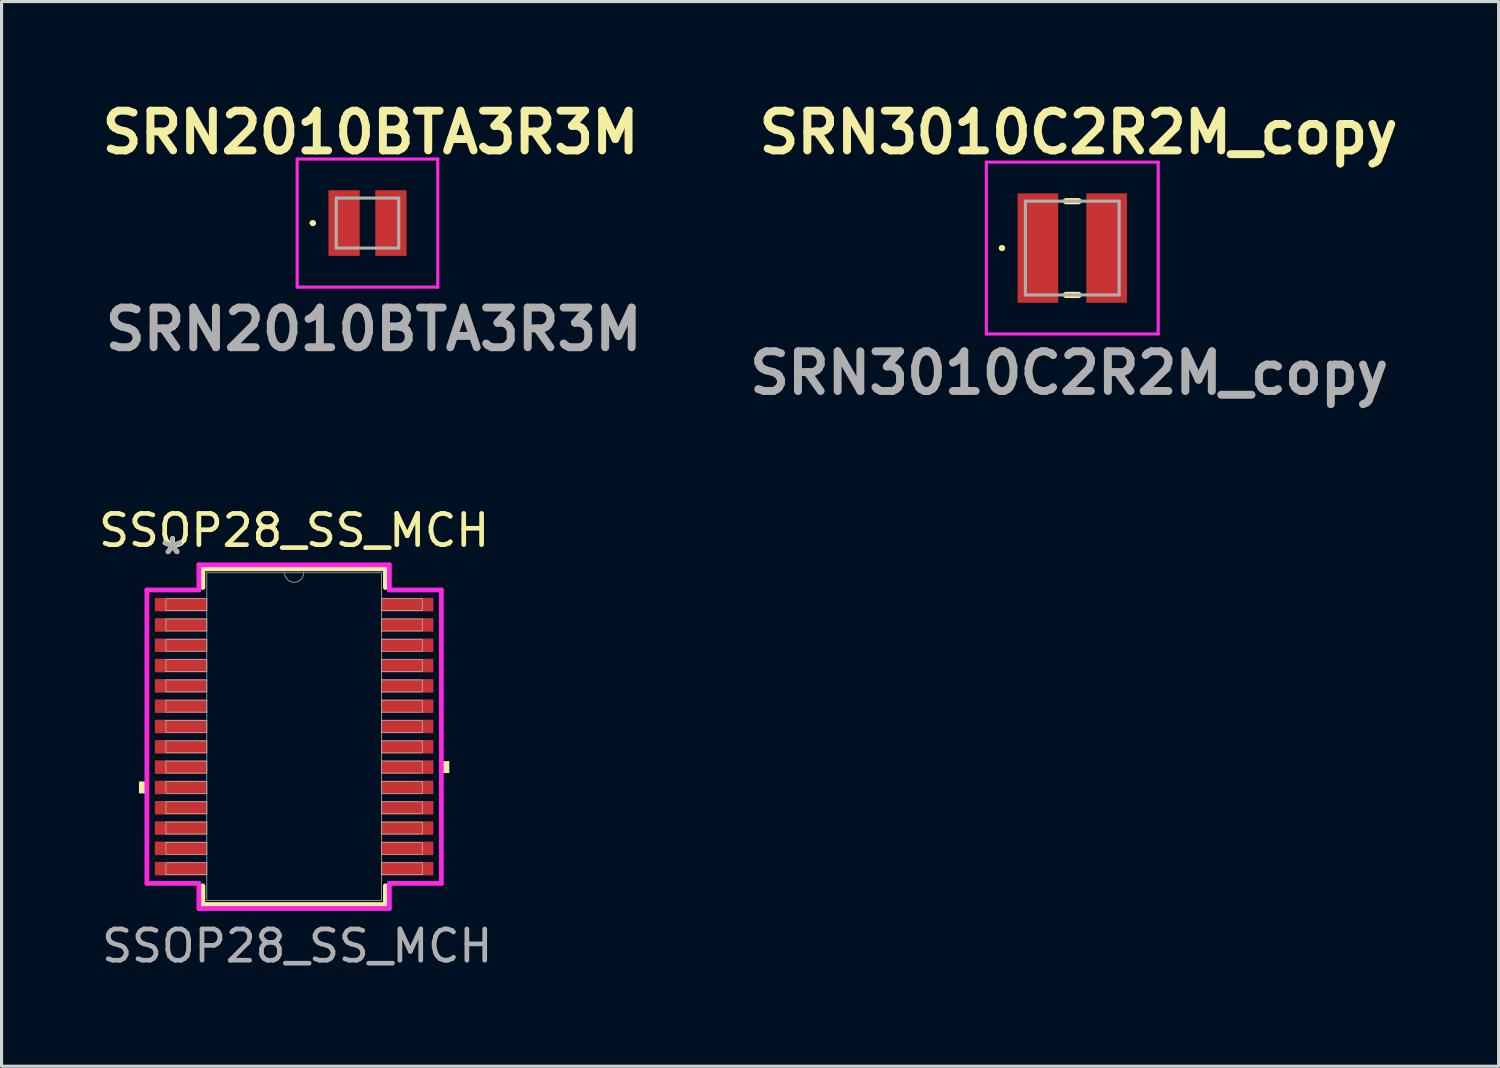
<source format=kicad_pcb>
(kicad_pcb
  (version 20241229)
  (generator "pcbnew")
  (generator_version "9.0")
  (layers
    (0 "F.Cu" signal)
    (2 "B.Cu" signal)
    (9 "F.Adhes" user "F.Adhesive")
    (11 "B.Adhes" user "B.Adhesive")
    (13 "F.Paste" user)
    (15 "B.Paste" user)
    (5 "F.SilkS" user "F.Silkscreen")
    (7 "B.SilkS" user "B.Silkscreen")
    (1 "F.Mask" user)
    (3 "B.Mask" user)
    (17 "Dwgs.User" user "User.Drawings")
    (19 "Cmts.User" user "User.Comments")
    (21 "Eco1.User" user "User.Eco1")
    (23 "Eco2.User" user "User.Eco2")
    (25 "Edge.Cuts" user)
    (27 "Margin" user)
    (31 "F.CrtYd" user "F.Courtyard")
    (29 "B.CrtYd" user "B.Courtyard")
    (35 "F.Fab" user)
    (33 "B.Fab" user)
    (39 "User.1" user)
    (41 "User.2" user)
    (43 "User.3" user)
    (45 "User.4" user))
  (footprint "SRN3010C2R2M_copy"
    (layer "F.Cu")
    (at 31.267 4.889)
    (property "Reference" "SRN3010C2R2M_copy" (at 0.2 -3.7 0) (layer "F.SilkS") (effects (font (size 1.27 1.27) (thickness 0.254))))
    (attr smd)
    (fp_line (start -2.3 0) (end -2.3 0) (stroke (width 0.1) (type solid)) (layer "F.SilkS"))
    (fp_line (start -2.2 0) (end -2.2 0) (stroke (width 0.1) (type solid)) (layer "F.SilkS"))
    (fp_line (start -0.2 -1.5) (end 0.2 -1.5) (stroke (width 0.2) (type solid)) (layer "F.SilkS"))
    (fp_line (start -0.2 1.5) (end 0.2 1.5) (stroke (width 0.2) (type solid)) (layer "F.SilkS"))
    (fp_arc (start -2.3 0) (mid -2.25 -0.05) (end -2.2 0) (stroke (width 0.1) (type solid)) (layer "F.SilkS"))
    (fp_arc (start -2.2 0) (mid -2.25 0.05) (end -2.3 0) (stroke (width 0.1) (type solid)) (layer "F.SilkS"))
    (fp_line (start -2.75 -2.75) (end 2.75 -2.75) (stroke (width 0.1) (type solid)) (layer "F.CrtYd"))
    (fp_line (start -2.75 2.75) (end -2.75 -2.75) (stroke (width 0.1) (type solid)) (layer "F.CrtYd"))
    (fp_line (start 2.75 -2.75) (end 2.75 2.75) (stroke (width 0.1) (type solid)) (layer "F.CrtYd"))
    (fp_line (start 2.75 2.75) (end -2.75 2.75) (stroke (width 0.1) (type solid)) (layer "F.CrtYd"))
    (fp_line (start -1.5 -1.5) (end -1.5 1.5) (stroke (width 0.1) (type solid)) (layer "F.Fab"))
    (fp_line (start -1.5 1.5) (end 1.5 1.5) (stroke (width 0.1) (type solid)) (layer "F.Fab"))
    (fp_line (start 1.5 -1.5) (end -1.5 -1.5) (stroke (width 0.1) (type solid)) (layer "F.Fab"))
    (fp_line (start 1.5 1.5) (end 1.5 -1.5) (stroke (width 0.1) (type solid)) (layer "F.Fab"))
    (fp_text user "${REFERENCE}" (at -0.1 4 0) (layer "F.Fab") (effects (font (size 1.27 1.27) (thickness 0.254))))
    (pad "1" smd rect (at -1.1 0) (size 1.3 3.5) (layers "F.Cu" "F.Mask" "F.Paste"))
    (pad "2" smd rect (at 1.1 0) (size 1.3 3.5) (layers "F.Cu" "F.Mask" "F.Paste")))
  (footprint "SRN2010BTA3R3M"
    (layer "F.Cu")
    (at 8.711 4.089)
    (property "Reference" "SRN2010BTA3R3M" (at 0.1 -2.9 0) (layer "F.SilkS") (effects (font (size 1.27 1.27) (thickness 0.254))))
    (attr smd)
    (fp_line (start -1.8 0) (end -1.8 0) (stroke (width 0.1) (type solid)) (layer "F.SilkS"))
    (fp_line (start -1.7 0) (end -1.7 0) (stroke (width 0.1) (type solid)) (layer "F.SilkS"))
    (fp_arc (start -1.8 0) (mid -1.75 -0.05) (end -1.7 0) (stroke (width 0.1) (type solid)) (layer "F.SilkS"))
    (fp_arc (start -1.7 0) (mid -1.75 0.05) (end -1.8 0) (stroke (width 0.1) (type solid)) (layer "F.SilkS"))
    (fp_line (start -2.25 -2.05) (end 2.25 -2.05) (stroke (width 0.1) (type solid)) (layer "F.CrtYd"))
    (fp_line (start -2.25 2.05) (end -2.25 -2.05) (stroke (width 0.1) (type solid)) (layer "F.CrtYd"))
    (fp_line (start 2.25 -2.05) (end 2.25 2.05) (stroke (width 0.1) (type solid)) (layer "F.CrtYd"))
    (fp_line (start 2.25 2.05) (end -2.25 2.05) (stroke (width 0.1) (type solid)) (layer "F.CrtYd"))
    (fp_line (start -1 -0.8) (end 1 -0.8) (stroke (width 0.1) (type solid)) (layer "F.Fab"))
    (fp_line (start -1 0.8) (end -1 -0.8) (stroke (width 0.1) (type solid)) (layer "F.Fab"))
    (fp_line (start 1 -0.8) (end 1 0.8) (stroke (width 0.1) (type solid)) (layer "F.Fab"))
    (fp_line (start 1 0.8) (end -1 0.8) (stroke (width 0.1) (type solid)) (layer "F.Fab"))
    (fp_text user "${REFERENCE}" (at 0.2 3.4 0) (layer "F.Fab") (effects (font (size 1.27 1.27) (thickness 0.254))))
    (pad "1" smd rect (at -0.75 0) (size 1 2.1) (layers "F.Cu" "F.Mask" "F.Paste"))
    (pad "2" smd rect (at 0.75 0) (size 1 2.1) (layers "F.Cu" "F.Mask" "F.Paste")))
  (footprint "SSOP28_SS_MCH"
    (layer "F.Cu")
    (at 6.363 20.526)
    (property "Reference" "SSOP28_SS_MCH" (at 0 -6.6 0) (unlocked yes) (layer "F.SilkS") (effects (font (size 1 1) (thickness 0.15))))
    (attr smd)
    (fp_line (start -2.921 -5.372) (end -2.921 -4.774) (stroke (width 0.152) (type solid)) (layer "F.SilkS"))
    (fp_line (start -2.921 4.774) (end -2.921 5.372) (stroke (width 0.152) (type solid)) (layer "F.SilkS"))
    (fp_line (start -2.921 5.372) (end 2.921 5.372) (stroke (width 0.152) (type solid)) (layer "F.SilkS"))
    (fp_line (start 2.921 -5.372) (end -2.921 -5.372) (stroke (width 0.152) (type solid)) (layer "F.SilkS"))
    (fp_line (start 2.921 -4.774) (end 2.921 -5.372) (stroke (width 0.152) (type solid)) (layer "F.SilkS"))
    (fp_line (start 2.921 5.372) (end 2.921 4.774) (stroke (width 0.152) (type solid)) (layer "F.SilkS"))
    (fp_poly (pts (xy -4.966 1.434) (xy -4.966 1.815) (xy -4.712 1.815) (xy -4.712 1.434)) (stroke (width 0) (type solid)) (fill yes) (layer "F.SilkS"))
    (fp_poly (pts (xy 4.966 0.784) (xy 4.966 1.165) (xy 4.712 1.165) (xy 4.712 0.784)) (stroke (width 0) (type solid)) (fill yes) (layer "F.SilkS"))
    (fp_line (start -4.712 -4.695) (end -3.048 -4.695) (stroke (width 0.152) (type solid)) (layer "F.CrtYd"))
    (fp_line (start -4.712 4.695) (end -4.712 -4.695) (stroke (width 0.152) (type solid)) (layer "F.CrtYd"))
    (fp_line (start -4.712 4.695) (end -3.048 4.695) (stroke (width 0.152) (type solid)) (layer "F.CrtYd"))
    (fp_line (start -3.048 -5.499) (end 3.048 -5.499) (stroke (width 0.152) (type solid)) (layer "F.CrtYd"))
    (fp_line (start -3.048 -4.695) (end -3.048 -5.499) (stroke (width 0.152) (type solid)) (layer "F.CrtYd"))
    (fp_line (start -3.048 5.499) (end -3.048 4.695) (stroke (width 0.152) (type solid)) (layer "F.CrtYd"))
    (fp_line (start 3.048 -5.499) (end 3.048 -4.695) (stroke (width 0.152) (type solid)) (layer "F.CrtYd"))
    (fp_line (start 3.048 4.695) (end 3.048 5.499) (stroke (width 0.152) (type solid)) (layer "F.CrtYd"))
    (fp_line (start 3.048 5.499) (end -3.048 5.499) (stroke (width 0.152) (type solid)) (layer "F.CrtYd"))
    (fp_line (start 4.712 -4.695) (end 3.048 -4.695) (stroke (width 0.152) (type solid)) (layer "F.CrtYd"))
    (fp_line (start 4.712 -4.695) (end 4.712 4.695) (stroke (width 0.152) (type solid)) (layer "F.CrtYd"))
    (fp_line (start 4.712 4.695) (end 3.048 4.695) (stroke (width 0.152) (type solid)) (layer "F.CrtYd"))
    (fp_line (start -4.102 -4.415) (end -4.102 -4.035) (stroke (width 0.025) (type solid)) (layer "F.Fab"))
    (fp_line (start -4.102 -4.035) (end -2.794 -4.035) (stroke (width 0.025) (type solid)) (layer "F.Fab"))
    (fp_line (start -4.102 -3.765) (end -4.102 -3.385) (stroke (width 0.025) (type solid)) (layer "F.Fab"))
    (fp_line (start -4.102 -3.385) (end -2.794 -3.385) (stroke (width 0.025) (type solid)) (layer "F.Fab"))
    (fp_line (start -4.102 -3.115) (end -4.102 -2.735) (stroke (width 0.025) (type solid)) (layer "F.Fab"))
    (fp_line (start -4.102 -2.735) (end -2.794 -2.735) (stroke (width 0.025) (type solid)) (layer "F.Fab"))
    (fp_line (start -4.102 -2.466) (end -4.102 -2.084) (stroke (width 0.025) (type solid)) (layer "F.Fab"))
    (fp_line (start -4.102 -2.084) (end -2.794 -2.084) (stroke (width 0.025) (type solid)) (layer "F.Fab"))
    (fp_line (start -4.102 -1.816) (end -4.102 -1.435) (stroke (width 0.025) (type solid)) (layer "F.Fab"))
    (fp_line (start -4.102 -1.435) (end -2.794 -1.435) (stroke (width 0.025) (type solid)) (layer "F.Fab"))
    (fp_line (start -4.102 -1.166) (end -4.102 -0.785) (stroke (width 0.025) (type solid)) (layer "F.Fab"))
    (fp_line (start -4.102 -0.785) (end -2.794 -0.785) (stroke (width 0.025) (type solid)) (layer "F.Fab"))
    (fp_line (start -4.102 -0.516) (end -4.102 -0.135) (stroke (width 0.025) (type solid)) (layer "F.Fab"))
    (fp_line (start -4.102 -0.135) (end -2.794 -0.135) (stroke (width 0.025) (type solid)) (layer "F.Fab"))
    (fp_line (start -4.102 0.134) (end -4.102 0.515) (stroke (width 0.025) (type solid)) (layer "F.Fab"))
    (fp_line (start -4.102 0.515) (end -2.794 0.515) (stroke (width 0.025) (type solid)) (layer "F.Fab"))
    (fp_line (start -4.102 0.784) (end -4.102 1.165) (stroke (width 0.025) (type solid)) (layer "F.Fab"))
    (fp_line (start -4.102 1.165) (end -2.794 1.165) (stroke (width 0.025) (type solid)) (layer "F.Fab"))
    (fp_line (start -4.102 1.434) (end -4.102 1.815) (stroke (width 0.025) (type solid)) (layer "F.Fab"))
    (fp_line (start -4.102 1.815) (end -2.794 1.815) (stroke (width 0.025) (type solid)) (layer "F.Fab"))
    (fp_line (start -4.102 2.084) (end -4.102 2.465) (stroke (width 0.025) (type solid)) (layer "F.Fab"))
    (fp_line (start -4.102 2.465) (end -2.794 2.465) (stroke (width 0.025) (type solid)) (layer "F.Fab"))
    (fp_line (start -4.102 2.734) (end -4.102 3.115) (stroke (width 0.025) (type solid)) (layer "F.Fab"))
    (fp_line (start -4.102 3.115) (end -2.794 3.115) (stroke (width 0.025) (type solid)) (layer "F.Fab"))
    (fp_line (start -4.102 3.384) (end -4.102 3.765) (stroke (width 0.025) (type solid)) (layer "F.Fab"))
    (fp_line (start -4.102 3.765) (end -2.794 3.765) (stroke (width 0.025) (type solid)) (layer "F.Fab"))
    (fp_line (start -4.102 4.034) (end -4.102 4.415) (stroke (width 0.025) (type solid)) (layer "F.Fab"))
    (fp_line (start -4.102 4.415) (end -2.794 4.415) (stroke (width 0.025) (type solid)) (layer "F.Fab"))
    (fp_line (start -2.794 -5.245) (end -2.794 5.245) (stroke (width 0.025) (type solid)) (layer "F.Fab"))
    (fp_line (start -2.794 -4.415) (end -4.102 -4.415) (stroke (width 0.025) (type solid)) (layer "F.Fab"))
    (fp_line (start -2.794 -4.035) (end -2.794 -4.415) (stroke (width 0.025) (type solid)) (layer "F.Fab"))
    (fp_line (start -2.794 -3.765) (end -4.102 -3.765) (stroke (width 0.025) (type solid)) (layer "F.Fab"))
    (fp_line (start -2.794 -3.385) (end -2.794 -3.765) (stroke (width 0.025) (type solid)) (layer "F.Fab"))
    (fp_line (start -2.794 -3.115) (end -4.102 -3.115) (stroke (width 0.025) (type solid)) (layer "F.Fab"))
    (fp_line (start -2.794 -2.735) (end -2.794 -3.115) (stroke (width 0.025) (type solid)) (layer "F.Fab"))
    (fp_line (start -2.794 -2.466) (end -4.102 -2.466) (stroke (width 0.025) (type solid)) (layer "F.Fab"))
    (fp_line (start -2.794 -2.084) (end -2.794 -2.466) (stroke (width 0.025) (type solid)) (layer "F.Fab"))
    (fp_line (start -2.794 -1.816) (end -4.102 -1.816) (stroke (width 0.025) (type solid)) (layer "F.Fab"))
    (fp_line (start -2.794 -1.435) (end -2.794 -1.816) (stroke (width 0.025) (type solid)) (layer "F.Fab"))
    (fp_line (start -2.794 -1.166) (end -4.102 -1.166) (stroke (width 0.025) (type solid)) (layer "F.Fab"))
    (fp_line (start -2.794 -0.785) (end -2.794 -1.166) (stroke (width 0.025) (type solid)) (layer "F.Fab"))
    (fp_line (start -2.794 -0.516) (end -4.102 -0.516) (stroke (width 0.025) (type solid)) (layer "F.Fab"))
    (fp_line (start -2.794 -0.135) (end -2.794 -0.516) (stroke (width 0.025) (type solid)) (layer "F.Fab"))
    (fp_line (start -2.794 0.134) (end -4.102 0.134) (stroke (width 0.025) (type solid)) (layer "F.Fab"))
    (fp_line (start -2.794 0.515) (end -2.794 0.134) (stroke (width 0.025) (type solid)) (layer "F.Fab"))
    (fp_line (start -2.794 0.784) (end -4.102 0.784) (stroke (width 0.025) (type solid)) (layer "F.Fab"))
    (fp_line (start -2.794 1.165) (end -2.794 0.784) (stroke (width 0.025) (type solid)) (layer "F.Fab"))
    (fp_line (start -2.794 1.434) (end -4.102 1.434) (stroke (width 0.025) (type solid)) (layer "F.Fab"))
    (fp_line (start -2.794 1.815) (end -2.794 1.434) (stroke (width 0.025) (type solid)) (layer "F.Fab"))
    (fp_line (start -2.794 2.084) (end -4.102 2.084) (stroke (width 0.025) (type solid)) (layer "F.Fab"))
    (fp_line (start -2.794 2.465) (end -2.794 2.084) (stroke (width 0.025) (type solid)) (layer "F.Fab"))
    (fp_line (start -2.794 2.734) (end -4.102 2.734) (stroke (width 0.025) (type solid)) (layer "F.Fab"))
    (fp_line (start -2.794 3.115) (end -2.794 2.734) (stroke (width 0.025) (type solid)) (layer "F.Fab"))
    (fp_line (start -2.794 3.384) (end -4.102 3.384) (stroke (width 0.025) (type solid)) (layer "F.Fab"))
    (fp_line (start -2.794 3.765) (end -2.794 3.384) (stroke (width 0.025) (type solid)) (layer "F.Fab"))
    (fp_line (start -2.794 4.034) (end -4.102 4.034) (stroke (width 0.025) (type solid)) (layer "F.Fab"))
    (fp_line (start -2.794 4.415) (end -2.794 4.034) (stroke (width 0.025) (type solid)) (layer "F.Fab"))
    (fp_line (start -2.794 5.245) (end 2.794 5.245) (stroke (width 0.025) (type solid)) (layer "F.Fab"))
    (fp_line (start 2.794 -5.245) (end -2.794 -5.245) (stroke (width 0.025) (type solid)) (layer "F.Fab"))
    (fp_line (start 2.794 -4.415) (end 2.794 -4.034) (stroke (width 0.025) (type solid)) (layer "F.Fab"))
    (fp_line (start 2.794 -4.034) (end 4.102 -4.034) (stroke (width 0.025) (type solid)) (layer "F.Fab"))
    (fp_line (start 2.794 -3.765) (end 2.794 -3.384) (stroke (width 0.025) (type solid)) (layer "F.Fab"))
    (fp_line (start 2.794 -3.384) (end 4.102 -3.384) (stroke (width 0.025) (type solid)) (layer "F.Fab"))
    (fp_line (start 2.794 -3.115) (end 2.794 -2.734) (stroke (width 0.025) (type solid)) (layer "F.Fab"))
    (fp_line (start 2.794 -2.734) (end 4.102 -2.734) (stroke (width 0.025) (type solid)) (layer "F.Fab"))
    (fp_line (start 2.794 -2.465) (end 2.794 -2.084) (stroke (width 0.025) (type solid)) (layer "F.Fab"))
    (fp_line (start 2.794 -2.084) (end 4.102 -2.084) (stroke (width 0.025) (type solid)) (layer "F.Fab"))
    (fp_line (start 2.794 -1.815) (end 2.794 -1.434) (stroke (width 0.025) (type solid)) (layer "F.Fab"))
    (fp_line (start 2.794 -1.434) (end 4.102 -1.434) (stroke (width 0.025) (type solid)) (layer "F.Fab"))
    (fp_line (start 2.794 -1.165) (end 2.794 -0.784) (stroke (width 0.025) (type solid)) (layer "F.Fab"))
    (fp_line (start 2.794 -0.784) (end 4.102 -0.784) (stroke (width 0.025) (type solid)) (layer "F.Fab"))
    (fp_line (start 2.794 -0.515) (end 2.794 -0.134) (stroke (width 0.025) (type solid)) (layer "F.Fab"))
    (fp_line (start 2.794 -0.134) (end 4.102 -0.134) (stroke (width 0.025) (type solid)) (layer "F.Fab"))
    (fp_line (start 2.794 0.135) (end 2.794 0.516) (stroke (width 0.025) (type solid)) (layer "F.Fab"))
    (fp_line (start 2.794 0.516) (end 4.102 0.516) (stroke (width 0.025) (type solid)) (layer "F.Fab"))
    (fp_line (start 2.794 0.784) (end 2.794 1.165) (stroke (width 0.025) (type solid)) (layer "F.Fab"))
    (fp_line (start 2.794 1.165) (end 4.102 1.165) (stroke (width 0.025) (type solid)) (layer "F.Fab"))
    (fp_line (start 2.794 1.435) (end 2.794 1.815) (stroke (width 0.025) (type solid)) (layer "F.Fab"))
    (fp_line (start 2.794 1.815) (end 4.102 1.815) (stroke (width 0.025) (type solid)) (layer "F.Fab"))
    (fp_line (start 2.794 2.084) (end 2.794 2.466) (stroke (width 0.025) (type solid)) (layer "F.Fab"))
    (fp_line (start 2.794 2.466) (end 4.102 2.466) (stroke (width 0.025) (type solid)) (layer "F.Fab"))
    (fp_line (start 2.794 2.735) (end 2.794 3.115) (stroke (width 0.025) (type solid)) (layer "F.Fab"))
    (fp_line (start 2.794 3.115) (end 4.102 3.115) (stroke (width 0.025) (type solid)) (layer "F.Fab"))
    (fp_line (start 2.794 3.385) (end 2.794 3.765) (stroke (width 0.025) (type solid)) (layer "F.Fab"))
    (fp_line (start 2.794 3.765) (end 4.102 3.765) (stroke (width 0.025) (type solid)) (layer "F.Fab"))
    (fp_line (start 2.794 4.035) (end 2.794 4.415) (stroke (width 0.025) (type solid)) (layer "F.Fab"))
    (fp_line (start 2.794 4.415) (end 4.102 4.415) (stroke (width 0.025) (type solid)) (layer "F.Fab"))
    (fp_line (start 2.794 5.245) (end 2.794 -5.245) (stroke (width 0.025) (type solid)) (layer "F.Fab"))
    (fp_line (start 4.102 -4.415) (end 2.794 -4.415) (stroke (width 0.025) (type solid)) (layer "F.Fab"))
    (fp_line (start 4.102 -4.034) (end 4.102 -4.415) (stroke (width 0.025) (type solid)) (layer "F.Fab"))
    (fp_line (start 4.102 -3.765) (end 2.794 -3.765) (stroke (width 0.025) (type solid)) (layer "F.Fab"))
    (fp_line (start 4.102 -3.384) (end 4.102 -3.765) (stroke (width 0.025) (type solid)) (layer "F.Fab"))
    (fp_line (start 4.102 -3.115) (end 2.794 -3.115) (stroke (width 0.025) (type solid)) (layer "F.Fab"))
    (fp_line (start 4.102 -2.734) (end 4.102 -3.115) (stroke (width 0.025) (type solid)) (layer "F.Fab"))
    (fp_line (start 4.102 -2.465) (end 2.794 -2.465) (stroke (width 0.025) (type solid)) (layer "F.Fab"))
    (fp_line (start 4.102 -2.084) (end 4.102 -2.465) (stroke (width 0.025) (type solid)) (layer "F.Fab"))
    (fp_line (start 4.102 -1.815) (end 2.794 -1.815) (stroke (width 0.025) (type solid)) (layer "F.Fab"))
    (fp_line (start 4.102 -1.434) (end 4.102 -1.815) (stroke (width 0.025) (type solid)) (layer "F.Fab"))
    (fp_line (start 4.102 -1.165) (end 2.794 -1.165) (stroke (width 0.025) (type solid)) (layer "F.Fab"))
    (fp_line (start 4.102 -0.784) (end 4.102 -1.165) (stroke (width 0.025) (type solid)) (layer "F.Fab"))
    (fp_line (start 4.102 -0.515) (end 2.794 -0.515) (stroke (width 0.025) (type solid)) (layer "F.Fab"))
    (fp_line (start 4.102 -0.134) (end 4.102 -0.515) (stroke (width 0.025) (type solid)) (layer "F.Fab"))
    (fp_line (start 4.102 0.135) (end 2.794 0.135) (stroke (width 0.025) (type solid)) (layer "F.Fab"))
    (fp_line (start 4.102 0.516) (end 4.102 0.135) (stroke (width 0.025) (type solid)) (layer "F.Fab"))
    (fp_line (start 4.102 0.784) (end 2.794 0.784) (stroke (width 0.025) (type solid)) (layer "F.Fab"))
    (fp_line (start 4.102 1.165) (end 4.102 0.784) (stroke (width 0.025) (type solid)) (layer "F.Fab"))
    (fp_line (start 4.102 1.435) (end 2.794 1.435) (stroke (width 0.025) (type solid)) (layer "F.Fab"))
    (fp_line (start 4.102 1.815) (end 4.102 1.435) (stroke (width 0.025) (type solid)) (layer "F.Fab"))
    (fp_line (start 4.102 2.084) (end 2.794 2.084) (stroke (width 0.025) (type solid)) (layer "F.Fab"))
    (fp_line (start 4.102 2.466) (end 4.102 2.084) (stroke (width 0.025) (type solid)) (layer "F.Fab"))
    (fp_line (start 4.102 2.735) (end 2.794 2.735) (stroke (width 0.025) (type solid)) (layer "F.Fab"))
    (fp_line (start 4.102 3.115) (end 4.102 2.735) (stroke (width 0.025) (type solid)) (layer "F.Fab"))
    (fp_line (start 4.102 3.385) (end 2.794 3.385) (stroke (width 0.025) (type solid)) (layer "F.Fab"))
    (fp_line (start 4.102 3.765) (end 4.102 3.385) (stroke (width 0.025) (type solid)) (layer "F.Fab"))
    (fp_line (start 4.102 4.035) (end 2.794 4.035) (stroke (width 0.025) (type solid)) (layer "F.Fab"))
    (fp_line (start 4.102 4.415) (end 4.102 4.035) (stroke (width 0.025) (type solid)) (layer "F.Fab"))
    (fp_arc (start 0.3048 -5.2451) (mid 0 -4.9403) (end -0.3048 -5.2451) (stroke (width 0.0254) (type solid)) (layer "F.Fab"))
    (fp_text user "*" (at -3.886 -5.8 0) (layer "F.SilkS") (effects (font (size 1 1) (thickness 0.15))))
    (fp_text user "*" (at -3.9 -5.8 0) (unlocked yes) (layer "F.Fab") (effects (font (size 1 1) (thickness 0.15))))
    (fp_text user "${REFERENCE}" (at 0.1 6.7 0) (unlocked yes) (layer "F.Fab") (effects (font (size 1 1) (thickness 0.15))))
    (pad "1" smd rect (at -3.632 -4.225) (size 1.651 0.432) (layers "F.Cu" "F.Mask" "F.Paste"))
    (pad "2" smd rect (at -3.632 -3.575) (size 1.651 0.432) (layers "F.Cu" "F.Mask" "F.Paste"))
    (pad "3" smd rect (at -3.632 -2.925) (size 1.651 0.432) (layers "F.Cu" "F.Mask" "F.Paste"))
    (pad "4" smd rect (at -3.632 -2.275) (size 1.651 0.432) (layers "F.Cu" "F.Mask" "F.Paste"))
    (pad "5" smd rect (at -3.632 -1.625) (size 1.651 0.432) (layers "F.Cu" "F.Mask" "F.Paste"))
    (pad "6" smd rect (at -3.632 -0.975) (size 1.651 0.432) (layers "F.Cu" "F.Mask" "F.Paste"))
    (pad "7" smd rect (at -3.632 -0.325) (size 1.651 0.432) (layers "F.Cu" "F.Mask" "F.Paste"))
    (pad "8" smd rect (at -3.632 0.325) (size 1.651 0.432) (layers "F.Cu" "F.Mask" "F.Paste"))
    (pad "9" smd rect (at -3.632 0.975) (size 1.651 0.432) (layers "F.Cu" "F.Mask" "F.Paste"))
    (pad "10" smd rect (at -3.632 1.625) (size 1.651 0.432) (layers "F.Cu" "F.Mask" "F.Paste"))
    (pad "11" smd rect (at -3.632 2.275) (size 1.651 0.432) (layers "F.Cu" "F.Mask" "F.Paste"))
    (pad "12" smd rect (at -3.632 2.925) (size 1.651 0.432) (layers "F.Cu" "F.Mask" "F.Paste"))
    (pad "13" smd rect (at -3.632 3.575) (size 1.651 0.432) (layers "F.Cu" "F.Mask" "F.Paste"))
    (pad "14" smd rect (at -3.632 4.225) (size 1.651 0.432) (layers "F.Cu" "F.Mask" "F.Paste"))
    (pad "15" smd rect (at 3.632 4.225) (size 1.651 0.432) (layers "F.Cu" "F.Mask" "F.Paste"))
    (pad "16" smd rect (at 3.632 3.575) (size 1.651 0.432) (layers "F.Cu" "F.Mask" "F.Paste"))
    (pad "17" smd rect (at 3.632 2.925) (size 1.651 0.432) (layers "F.Cu" "F.Mask" "F.Paste"))
    (pad "18" smd rect (at 3.632 2.275) (size 1.651 0.432) (layers "F.Cu" "F.Mask" "F.Paste"))
    (pad "19" smd rect (at 3.632 1.625) (size 1.651 0.432) (layers "F.Cu" "F.Mask" "F.Paste"))
    (pad "20" smd rect (at 3.632 0.975) (size 1.651 0.432) (layers "F.Cu" "F.Mask" "F.Paste"))
    (pad "21" smd rect (at 3.632 0.325) (size 1.651 0.432) (layers "F.Cu" "F.Mask" "F.Paste"))
    (pad "22" smd rect (at 3.632 -0.325) (size 1.651 0.432) (layers "F.Cu" "F.Mask" "F.Paste"))
    (pad "23" smd rect (at 3.632 -0.975) (size 1.651 0.432) (layers "F.Cu" "F.Mask" "F.Paste"))
    (pad "24" smd rect (at 3.632 -1.625) (size 1.651 0.432) (layers "F.Cu" "F.Mask" "F.Paste"))
    (pad "25" smd rect (at 3.632 -2.275) (size 1.651 0.432) (layers "F.Cu" "F.Mask" "F.Paste"))
    (pad "26" smd rect (at 3.632 -2.925) (size 1.651 0.432) (layers "F.Cu" "F.Mask" "F.Paste"))
    (pad "27" smd rect (at 3.632 -3.575) (size 1.651 0.432) (layers "F.Cu" "F.Mask" "F.Paste"))
    (pad "28" smd rect (at 3.632 -4.225) (size 1.651 0.432) (layers "F.Cu" "F.Mask" "F.Paste")))
  (gr_rect
    (start -3 -3)
    (end 44.911 31.074)
    (stroke (width 0.1) (type default))
    (fill no)
    (layer "Edge.Cuts")))
</source>
